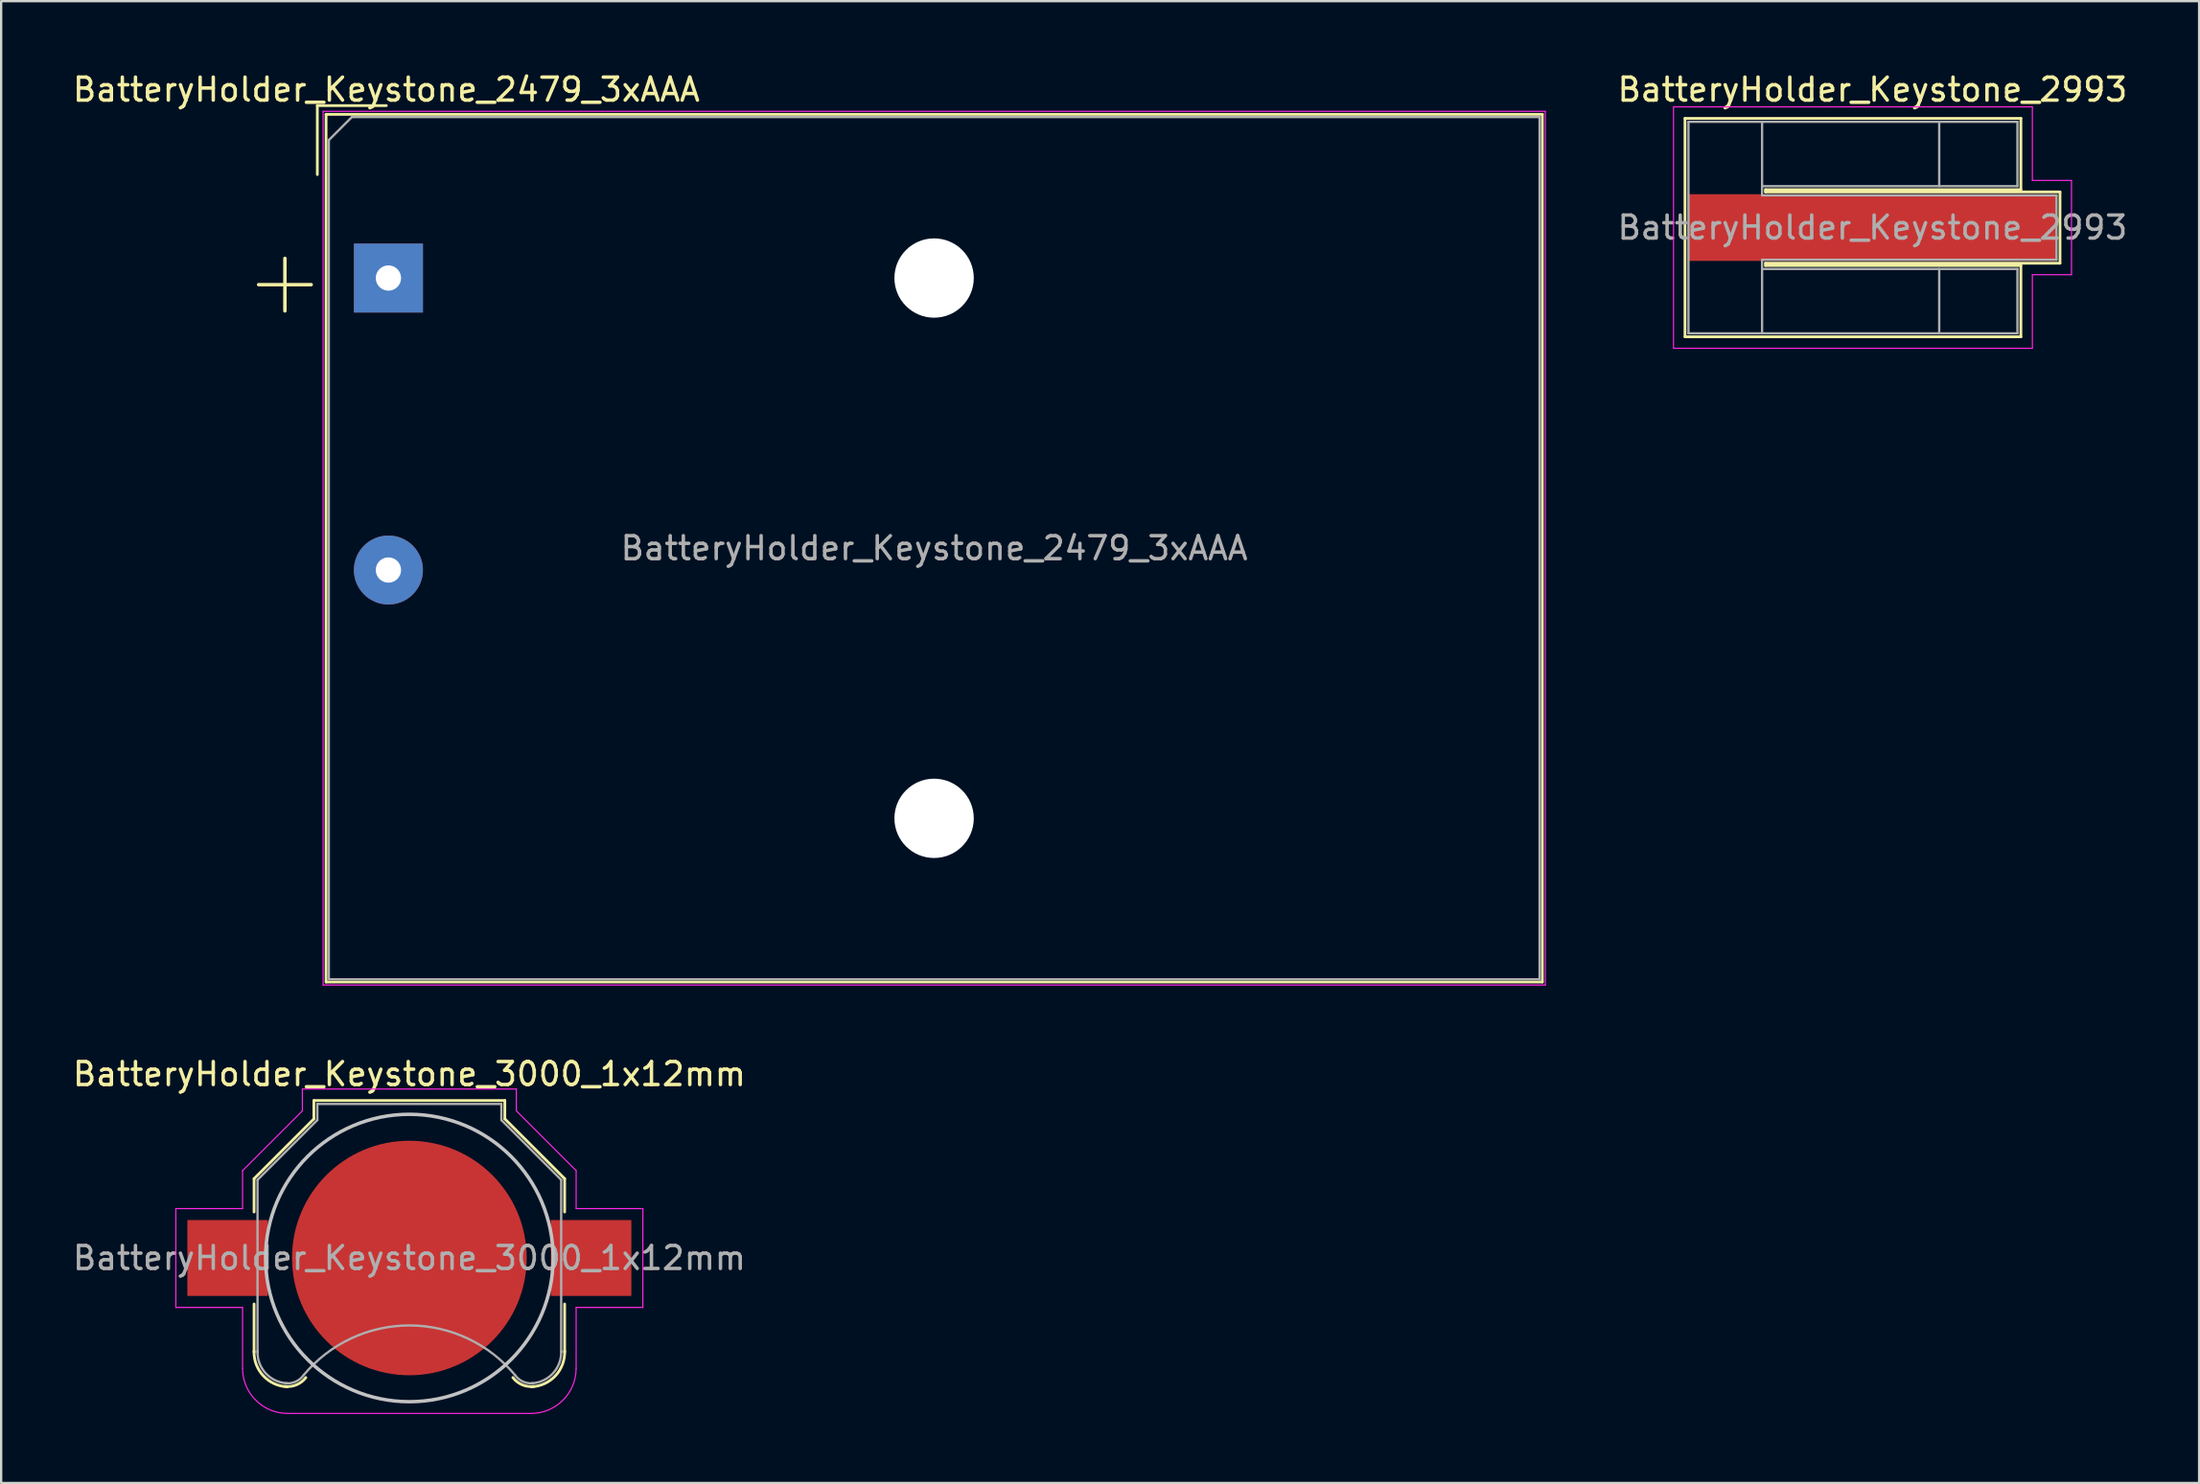
<source format=kicad_pcb>
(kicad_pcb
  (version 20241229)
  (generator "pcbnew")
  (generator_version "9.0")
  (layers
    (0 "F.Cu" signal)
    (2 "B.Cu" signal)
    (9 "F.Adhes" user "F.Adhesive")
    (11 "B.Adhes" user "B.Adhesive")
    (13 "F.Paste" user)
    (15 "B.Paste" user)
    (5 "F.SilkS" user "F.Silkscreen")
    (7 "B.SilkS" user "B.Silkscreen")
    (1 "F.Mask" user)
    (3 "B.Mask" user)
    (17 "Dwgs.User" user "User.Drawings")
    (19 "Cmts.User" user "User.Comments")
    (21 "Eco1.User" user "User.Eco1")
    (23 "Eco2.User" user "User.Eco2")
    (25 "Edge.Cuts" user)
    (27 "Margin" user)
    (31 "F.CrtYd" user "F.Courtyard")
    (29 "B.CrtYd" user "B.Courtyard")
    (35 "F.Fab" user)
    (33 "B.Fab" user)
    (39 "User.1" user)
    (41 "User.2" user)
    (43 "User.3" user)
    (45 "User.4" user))
  (footprint "BatteryHolder_Keystone_2479_3xAAA"
    (layer "F.Cu")
    (at 13.834 9.043)
    (property "Reference" "BatteryHolder_Keystone_2479_3xAAA" (at -0.09 -8.195 0) (layer "F.SilkS") (effects (font (size 1 1) (thickness 0.15))))
    (attr through_hole)
    (fp_line (start -3.09 -7.5) (end -0.09 -7.5) (stroke (width 0.12) (type solid)) (layer "F.SilkS"))
    (fp_line (start -3.09 -4.5) (end -3.09 -7.5) (stroke (width 0.12) (type solid)) (layer "F.SilkS"))
    (fp_line (start -2.71 -7.12) (end -2.71 30.62) (stroke (width 0.12) (type solid)) (layer "F.SilkS"))
    (fp_line (start -2.71 -7.12) (end 50.16 -7.12) (stroke (width 0.12) (type solid)) (layer "F.SilkS"))
    (fp_line (start -2.71 30.62) (end 50.16 30.62) (stroke (width 0.12) (type solid)) (layer "F.SilkS"))
    (fp_line (start 50.16 -7.12) (end 50.16 30.62) (stroke (width 0.12) (type solid)) (layer "F.SilkS"))
    (fp_line (start -2.84 -7.25) (end -2.84 30.75) (stroke (width 0.05) (type solid)) (layer "F.CrtYd"))
    (fp_line (start -2.84 -7.25) (end 50.29 -7.25) (stroke (width 0.05) (type solid)) (layer "F.CrtYd"))
    (fp_line (start -2.84 30.75) (end 50.29 30.75) (stroke (width 0.05) (type solid)) (layer "F.CrtYd"))
    (fp_line (start 50.29 -7.25) (end 50.29 30.75) (stroke (width 0.05) (type solid)) (layer "F.CrtYd"))
    (fp_line (start -2.59 -6) (end -1.59 -7) (stroke (width 0.1) (type solid)) (layer "F.Fab"))
    (fp_line (start -2.59 30.5) (end -2.59 -6) (stroke (width 0.1) (type solid)) (layer "F.Fab"))
    (fp_line (start -1.59 -7) (end 50.04 -7) (stroke (width 0.1) (type solid)) (layer "F.Fab"))
    (fp_line (start 50.04 -7) (end 50.04 30.5) (stroke (width 0.1) (type solid)) (layer "F.Fab"))
    (fp_line (start 50.04 30.5) (end -2.59 30.5) (stroke (width 0.1) (type solid)) (layer "F.Fab"))
    (fp_text user "+" (at -4.5 0.05 0) (layer "F.SilkS") (effects (font (size 3 3) (thickness 0.15))))
    (fp_text user "${REFERENCE}" (at 23.725 11.75 0) (layer "F.Fab") (effects (font (size 1 1) (thickness 0.15))))
    (pad "" np_thru_hole circle (at 23.72 0) (size 3.45 3.45) (drill 3.45) (layers "*.Cu" "*.Mask"))
    (pad "" np_thru_hole circle (at 23.72 23.5) (size 3.45 3.45) (drill 3.45) (layers "*.Cu" "*.Mask"))
    (pad "1" thru_hole rect (at 0 0) (size 3 3) (drill 1.1) (layers "*.Cu" "*.Mask"))
    (pad "2" thru_hole circle (at 0 12.7) (size 3 3) (drill 1.1) (layers "*.Cu" "*.Mask")))
  (footprint "BatteryHolder_Keystone_2993"
    (layer "F.Cu")
    (at 78.345 6.848)
    (property "Reference" "BatteryHolder_Keystone_2993" (at 0 -6 0) (layer "F.SilkS") (effects (font (size 1 1) (thickness 0.15))))
    (attr smd)
    (fp_line (start -8.15 -4.75) (end -8.15 4.75) (stroke (width 0.12) (type solid)) (layer "F.SilkS"))
    (fp_line (start -8.15 -4.75) (end 6.45 -4.75) (stroke (width 0.12) (type solid)) (layer "F.SilkS"))
    (fp_line (start -8.15 4.75) (end 6.45 4.75) (stroke (width 0.12) (type solid)) (layer "F.SilkS"))
    (fp_line (start -4.65 -1.65) (end -4.65 -1.55) (stroke (width 0.12) (type solid)) (layer "F.SilkS"))
    (fp_line (start -4.65 -1.55) (end 8.15 -1.55) (stroke (width 0.12) (type solid)) (layer "F.SilkS"))
    (fp_line (start -4.65 1.55) (end 8.15 1.55) (stroke (width 0.12) (type solid)) (layer "F.SilkS"))
    (fp_line (start -4.65 1.65) (end -4.65 1.55) (stroke (width 0.12) (type solid)) (layer "F.SilkS"))
    (fp_line (start 6.45 -4.75) (end 6.45 -1.65) (stroke (width 0.12) (type solid)) (layer "F.SilkS"))
    (fp_line (start 6.45 -1.65) (end -4.65 -1.65) (stroke (width 0.12) (type solid)) (layer "F.SilkS"))
    (fp_line (start 6.45 1.65) (end -4.65 1.65) (stroke (width 0.12) (type solid)) (layer "F.SilkS"))
    (fp_line (start 6.45 4.75) (end 6.45 1.65) (stroke (width 0.12) (type solid)) (layer "F.SilkS"))
    (fp_line (start 8.15 -1.55) (end 8.15 1.55) (stroke (width 0.12) (type solid)) (layer "F.SilkS"))
    (fp_line (start -8.65 -5.25) (end -8.65 5.25) (stroke (width 0.05) (type solid)) (layer "F.CrtYd"))
    (fp_line (start -8.65 -5.25) (end 6.95 -5.25) (stroke (width 0.05) (type solid)) (layer "F.CrtYd"))
    (fp_line (start -8.65 5.25) (end 6.95 5.25) (stroke (width 0.05) (type solid)) (layer "F.CrtYd"))
    (fp_line (start 6.95 -5.25) (end 6.95 -2.05) (stroke (width 0.05) (type solid)) (layer "F.CrtYd"))
    (fp_line (start 6.95 -2.05) (end 8.65 -2.05) (stroke (width 0.05) (type solid)) (layer "F.CrtYd"))
    (fp_line (start 6.95 2.05) (end 8.65 2.05) (stroke (width 0.05) (type solid)) (layer "F.CrtYd"))
    (fp_line (start 6.95 5.25) (end 6.95 2.05) (stroke (width 0.05) (type solid)) (layer "F.CrtYd"))
    (fp_line (start 8.65 -2.05) (end 8.65 2.05) (stroke (width 0.05) (type solid)) (layer "F.CrtYd"))
    (fp_line (start -8 -4.6) (end -8 4.6) (stroke (width 0.1) (type solid)) (layer "F.Fab"))
    (fp_line (start -8 -4.6) (end 6.3 -4.6) (stroke (width 0.1) (type solid)) (layer "F.Fab"))
    (fp_line (start -4.8 -1.4) (end -4.8 -4.6) (stroke (width 0.1) (type solid)) (layer "F.Fab"))
    (fp_line (start -4.8 -1.4) (end 8 -1.4) (stroke (width 0.1) (type solid)) (layer "F.Fab"))
    (fp_line (start -4.8 1.4) (end -4.8 4.6) (stroke (width 0.1) (type solid)) (layer "F.Fab"))
    (fp_line (start 2.9 -1.8) (end 2.9 -4.6) (stroke (width 0.1) (type solid)) (layer "F.Fab"))
    (fp_line (start 2.9 1.8) (end 2.9 4.6) (stroke (width 0.1) (type solid)) (layer "F.Fab"))
    (fp_line (start 6.3 -4.6) (end 6.3 -1.8) (stroke (width 0.1) (type solid)) (layer "F.Fab"))
    (fp_line (start 6.3 -1.8) (end -4.8 -1.8) (stroke (width 0.1) (type solid)) (layer "F.Fab"))
    (fp_line (start 6.3 1.8) (end -4.8 1.8) (stroke (width 0.1) (type solid)) (layer "F.Fab"))
    (fp_line (start 6.3 4.6) (end -8 4.6) (stroke (width 0.1) (type solid)) (layer "F.Fab"))
    (fp_line (start 6.3 4.6) (end 6.3 1.8) (stroke (width 0.1) (type solid)) (layer "F.Fab"))
    (fp_line (start 8 -1.4) (end 8 1.4) (stroke (width 0.1) (type solid)) (layer "F.Fab"))
    (fp_line (start 8 1.4) (end -4.8 1.4) (stroke (width 0.1) (type solid)) (layer "F.Fab"))
    (fp_text user "${REFERENCE}" (at 0 0 0) (layer "F.Fab") (effects (font (size 1 1) (thickness 0.15))))
    (pad "1" smd rect (at 0 0) (size 16 2.9) (layers "F.Cu" "F.Mask" "F.Paste")))
  (footprint "BatteryHolder_Keystone_3000_1x12mm"
    (layer "F.Cu")
    (at 14.744 51.666)
    (property "Reference" "BatteryHolder_Keystone_3000_1x12mm" (at 0 -8 0) (layer "F.SilkS") (effects (font (size 1 1) (thickness 0.15))))
    (attr smd)
    (fp_line (start -6.75 -3.45) (end -4.15 -6.05) (stroke (width 0.12) (type solid)) (layer "F.SilkS"))
    (fp_line (start -6.75 -2) (end -6.75 -3.45) (stroke (width 0.12) (type solid)) (layer "F.SilkS"))
    (fp_line (start -6.75 2) (end -6.75 4.1) (stroke (width 0.12) (type solid)) (layer "F.SilkS"))
    (fp_line (start -4.15 -6.85) (end 4.15 -6.85) (stroke (width 0.12) (type solid)) (layer "F.SilkS"))
    (fp_line (start -4.15 -6.05) (end -4.15 -6.85) (stroke (width 0.12) (type solid)) (layer "F.SilkS"))
    (fp_line (start 4.15 -6.85) (end 4.15 -6.05) (stroke (width 0.12) (type solid)) (layer "F.SilkS"))
    (fp_line (start 4.15 -6.05) (end 6.75 -3.45) (stroke (width 0.12) (type solid)) (layer "F.SilkS"))
    (fp_line (start 6.75 -3.45) (end 6.75 -2) (stroke (width 0.12) (type solid)) (layer "F.SilkS"))
    (fp_line (start 6.75 2) (end 6.75 4.1) (stroke (width 0.12) (type solid)) (layer "F.SilkS"))
    (fp_arc (start -5.3 5.6) (mid -6.346016 5.125305) (end -6.75 4.05) (stroke (width 0.12) (type solid)) (layer "F.SilkS"))
    (fp_arc (start -4.5 5.2) (mid -4.90584 5.514615) (end -5.414615 5.58416) (stroke (width 0.12) (type solid)) (layer "F.SilkS"))
    (fp_arc (start 5.414615 5.58416) (mid 4.90584 5.514615) (end 4.5 5.2) (stroke (width 0.12) (type solid)) (layer "F.SilkS"))
    (fp_arc (start 6.75 4.05) (mid 6.346016 5.125305) (end 5.3 5.6) (stroke (width 0.12) (type solid)) (layer "F.SilkS"))
    (fp_circle (center 0 0) (end 0 6.25) (stroke (width 0.15) (type solid)) (fill no) (layer "Dwgs.User"))
    (fp_line (start -10.15 -2.15) (end -10.15 2.15) (stroke (width 0.05) (type solid)) (layer "F.CrtYd"))
    (fp_line (start -10.15 2.15) (end -7.25 2.15) (stroke (width 0.05) (type solid)) (layer "F.CrtYd"))
    (fp_line (start -7.25 -3.8) (end -4.65 -6.4) (stroke (width 0.05) (type solid)) (layer "F.CrtYd"))
    (fp_line (start -7.25 -2.15) (end -10.15 -2.15) (stroke (width 0.05) (type solid)) (layer "F.CrtYd"))
    (fp_line (start -7.25 -2.15) (end -7.25 -3.8) (stroke (width 0.05) (type solid)) (layer "F.CrtYd"))
    (fp_line (start -7.25 2.15) (end -7.25 4.8) (stroke (width 0.05) (type solid)) (layer "F.CrtYd"))
    (fp_line (start -5.29 6.76) (end 5.29 6.76) (stroke (width 0.05) (type solid)) (layer "F.CrtYd"))
    (fp_line (start -4.65 -7.35) (end 4.65 -7.35) (stroke (width 0.05) (type solid)) (layer "F.CrtYd"))
    (fp_line (start -4.65 -6.4) (end -4.65 -7.35) (stroke (width 0.05) (type solid)) (layer "F.CrtYd"))
    (fp_line (start 4.65 -6.4) (end 4.65 -7.35) (stroke (width 0.05) (type solid)) (layer "F.CrtYd"))
    (fp_line (start 7.25 -3.8) (end 4.65 -6.4) (stroke (width 0.05) (type solid)) (layer "F.CrtYd"))
    (fp_line (start 7.25 -2.15) (end 7.25 -3.8) (stroke (width 0.05) (type solid)) (layer "F.CrtYd"))
    (fp_line (start 7.25 -2.15) (end 10.15 -2.15) (stroke (width 0.05) (type solid)) (layer "F.CrtYd"))
    (fp_line (start 7.25 2.15) (end 7.25 4.8) (stroke (width 0.05) (type solid)) (layer "F.CrtYd"))
    (fp_line (start 10.15 -2.15) (end 10.15 2.15) (stroke (width 0.05) (type solid)) (layer "F.CrtYd"))
    (fp_line (start 10.15 2.15) (end 7.25 2.15) (stroke (width 0.05) (type solid)) (layer "F.CrtYd"))
    (fp_arc (start -5.29 6.76) (mid -6.675929 6.185929) (end -7.25 4.8) (stroke (width 0.05) (type solid)) (layer "F.CrtYd"))
    (fp_arc (start 7.25 4.8) (mid 6.675929 6.185929) (end 5.29 6.76) (stroke (width 0.05) (type solid)) (layer "F.CrtYd"))
    (fp_line (start -6.6 -3.4) (end -6.6 4.1) (stroke (width 0.1) (type solid)) (layer "F.Fab"))
    (fp_line (start -4 -6.7) (end -4 -6) (stroke (width 0.1) (type solid)) (layer "F.Fab"))
    (fp_line (start -4 -6.7) (end 4 -6.7) (stroke (width 0.1) (type solid)) (layer "F.Fab"))
    (fp_line (start -4 -6) (end -6.6 -3.4) (stroke (width 0.1) (type solid)) (layer "F.Fab"))
    (fp_line (start 4 -6.7) (end 4 -6) (stroke (width 0.1) (type solid)) (layer "F.Fab"))
    (fp_line (start 4 -6) (end 6.6 -3.4) (stroke (width 0.1) (type solid)) (layer "F.Fab"))
    (fp_line (start 6.6 -3.4) (end 6.6 4.1) (stroke (width 0.1) (type solid)) (layer "F.Fab"))
    (fp_arc (start -5.3 5.45) (mid -6.239949 5.019239) (end -6.6 4.05) (stroke (width 0.1) (type solid)) (layer "F.Fab"))
    (fp_arc (start -4.6 5.1) (mid -4.942443 5.378013) (end -5.378013 5.447558) (stroke (width 0.1) (type solid)) (layer "F.Fab"))
    (fp_arc (start -4.6 5.1) (mid 0.006214 2.93343) (end 4.607905 5.109589) (stroke (width 0.1) (type solid)) (layer "F.Fab"))
    (fp_arc (start 5.378013 5.447558) (mid 4.942442 5.378013) (end 4.6 5.1) (stroke (width 0.1) (type solid)) (layer "F.Fab"))
    (fp_arc (start 6.6 4.05) (mid 6.239949 5.019239) (end 5.3 5.45) (stroke (width 0.1) (type solid)) (layer "F.Fab"))
    (fp_text user "${REFERENCE}" (at 0 0 0) (layer "F.Fab") (effects (font (size 1 1) (thickness 0.15))))
    (pad "1" smd rect (at -7.9 0) (size 3.5 3.3) (layers "F.Cu" "F.Mask" "F.Paste"))
    (pad "1" smd rect (at 7.9 0) (size 3.5 3.3) (layers "F.Cu" "F.Mask" "F.Paste"))
    (pad "2" smd circle (at 0 0) (size 10.2 10.2) (layers "F.Cu" "F.Mask")))
  (gr_rect
    (start -3 -3)
    (end 92.542 61.452)
    (stroke (width 0.1) (type default))
    (fill no)
    (layer "Edge.Cuts")))
</source>
